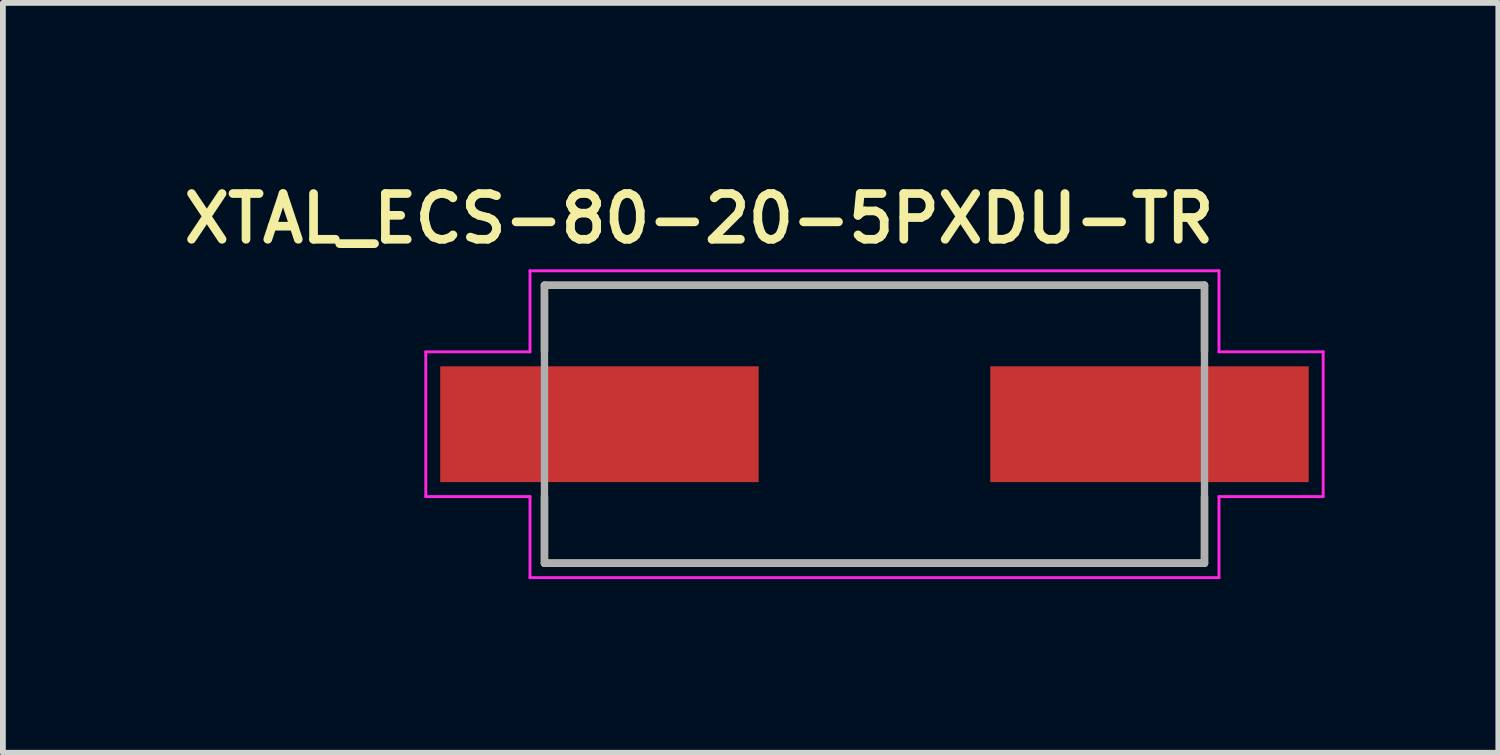
<source format=kicad_pcb>
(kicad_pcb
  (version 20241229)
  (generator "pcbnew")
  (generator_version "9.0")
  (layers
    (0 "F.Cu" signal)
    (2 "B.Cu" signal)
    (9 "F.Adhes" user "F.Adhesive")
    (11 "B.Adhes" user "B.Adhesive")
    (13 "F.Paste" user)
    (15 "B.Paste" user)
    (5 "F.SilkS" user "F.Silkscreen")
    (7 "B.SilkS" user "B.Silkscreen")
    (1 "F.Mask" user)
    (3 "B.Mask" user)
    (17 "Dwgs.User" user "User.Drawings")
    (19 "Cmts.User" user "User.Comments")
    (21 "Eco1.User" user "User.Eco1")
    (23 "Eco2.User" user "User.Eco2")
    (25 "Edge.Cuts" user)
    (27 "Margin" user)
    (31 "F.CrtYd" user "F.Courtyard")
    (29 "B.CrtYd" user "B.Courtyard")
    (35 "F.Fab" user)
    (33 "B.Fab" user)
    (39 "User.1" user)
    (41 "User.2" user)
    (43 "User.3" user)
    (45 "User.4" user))
  (footprint "XTAL_ECS-80-20-5PXDU-TR"
    (layer "F.Cu")
    (at 12.054 4.277)
    (property "Reference" "XTAL_ECS-80-20-5PXDU-TR" (at -3.03 -3.552 0) (layer "F.SilkS") (effects (font (size 0.79 0.79) (thickness 0.15))))
    (attr through_hole)
    (fp_line (start -5.7 -2.4) (end 5.7 -2.4) (stroke (width 0.127) (type solid)) (layer "F.SilkS"))
    (fp_line (start -5.7 -1.254) (end -5.7 -2.4) (stroke (width 0.127) (type solid)) (layer "F.SilkS"))
    (fp_line (start -5.7 2.4) (end -5.7 1.254) (stroke (width 0.127) (type solid)) (layer "F.SilkS"))
    (fp_line (start 5.7 -2.4) (end 5.7 -1.254) (stroke (width 0.127) (type solid)) (layer "F.SilkS"))
    (fp_line (start 5.7 1.254) (end 5.7 2.4) (stroke (width 0.127) (type solid)) (layer "F.SilkS"))
    (fp_line (start 5.7 2.4) (end -5.7 2.4) (stroke (width 0.127) (type solid)) (layer "F.SilkS"))
    (fp_line (start -7.75 -1.25) (end -5.95 -1.25) (stroke (width 0.05) (type solid)) (layer "F.CrtYd"))
    (fp_line (start -7.75 1.25) (end -7.75 -1.25) (stroke (width 0.05) (type solid)) (layer "F.CrtYd"))
    (fp_line (start -5.95 -2.65) (end 5.95 -2.65) (stroke (width 0.05) (type solid)) (layer "F.CrtYd"))
    (fp_line (start -5.95 -1.25) (end -5.95 -2.65) (stroke (width 0.05) (type solid)) (layer "F.CrtYd"))
    (fp_line (start -5.95 1.25) (end -7.75 1.25) (stroke (width 0.05) (type solid)) (layer "F.CrtYd"))
    (fp_line (start -5.95 2.65) (end -5.95 1.25) (stroke (width 0.05) (type solid)) (layer "F.CrtYd"))
    (fp_line (start 5.95 -2.65) (end 5.95 -1.25) (stroke (width 0.05) (type solid)) (layer "F.CrtYd"))
    (fp_line (start 5.95 -1.25) (end 7.75 -1.25) (stroke (width 0.05) (type solid)) (layer "F.CrtYd"))
    (fp_line (start 5.95 1.25) (end 5.95 2.65) (stroke (width 0.05) (type solid)) (layer "F.CrtYd"))
    (fp_line (start 5.95 2.65) (end -5.95 2.65) (stroke (width 0.05) (type solid)) (layer "F.CrtYd"))
    (fp_line (start 7.75 -1.25) (end 7.75 1.25) (stroke (width 0.05) (type solid)) (layer "F.CrtYd"))
    (fp_line (start 7.75 1.25) (end 5.95 1.25) (stroke (width 0.05) (type solid)) (layer "F.CrtYd"))
    (fp_line (start -5.7 -2.4) (end -5.7 2.4) (stroke (width 0.127) (type solid)) (layer "F.Fab"))
    (fp_line (start -5.7 2.4) (end 5.7 2.4) (stroke (width 0.127) (type solid)) (layer "F.Fab"))
    (fp_line (start 5.7 -2.4) (end -5.7 -2.4) (stroke (width 0.127) (type solid)) (layer "F.Fab"))
    (fp_line (start 5.7 2.4) (end 5.7 -2.4) (stroke (width 0.127) (type solid)) (layer "F.Fab"))
    (pad "1" smd rect (at -4.75 0) (size 5.5 2) (layers "F.Cu" "F.Mask" "F.Paste"))
    (pad "2" smd rect (at 4.75 0) (size 5.5 2) (layers "F.Cu" "F.Mask" "F.Paste")))
  (gr_rect
    (start -3 -3)
    (end 22.829 9.952)
    (stroke (width 0.1) (type default))
    (fill no)
    (layer "Edge.Cuts")))
</source>
